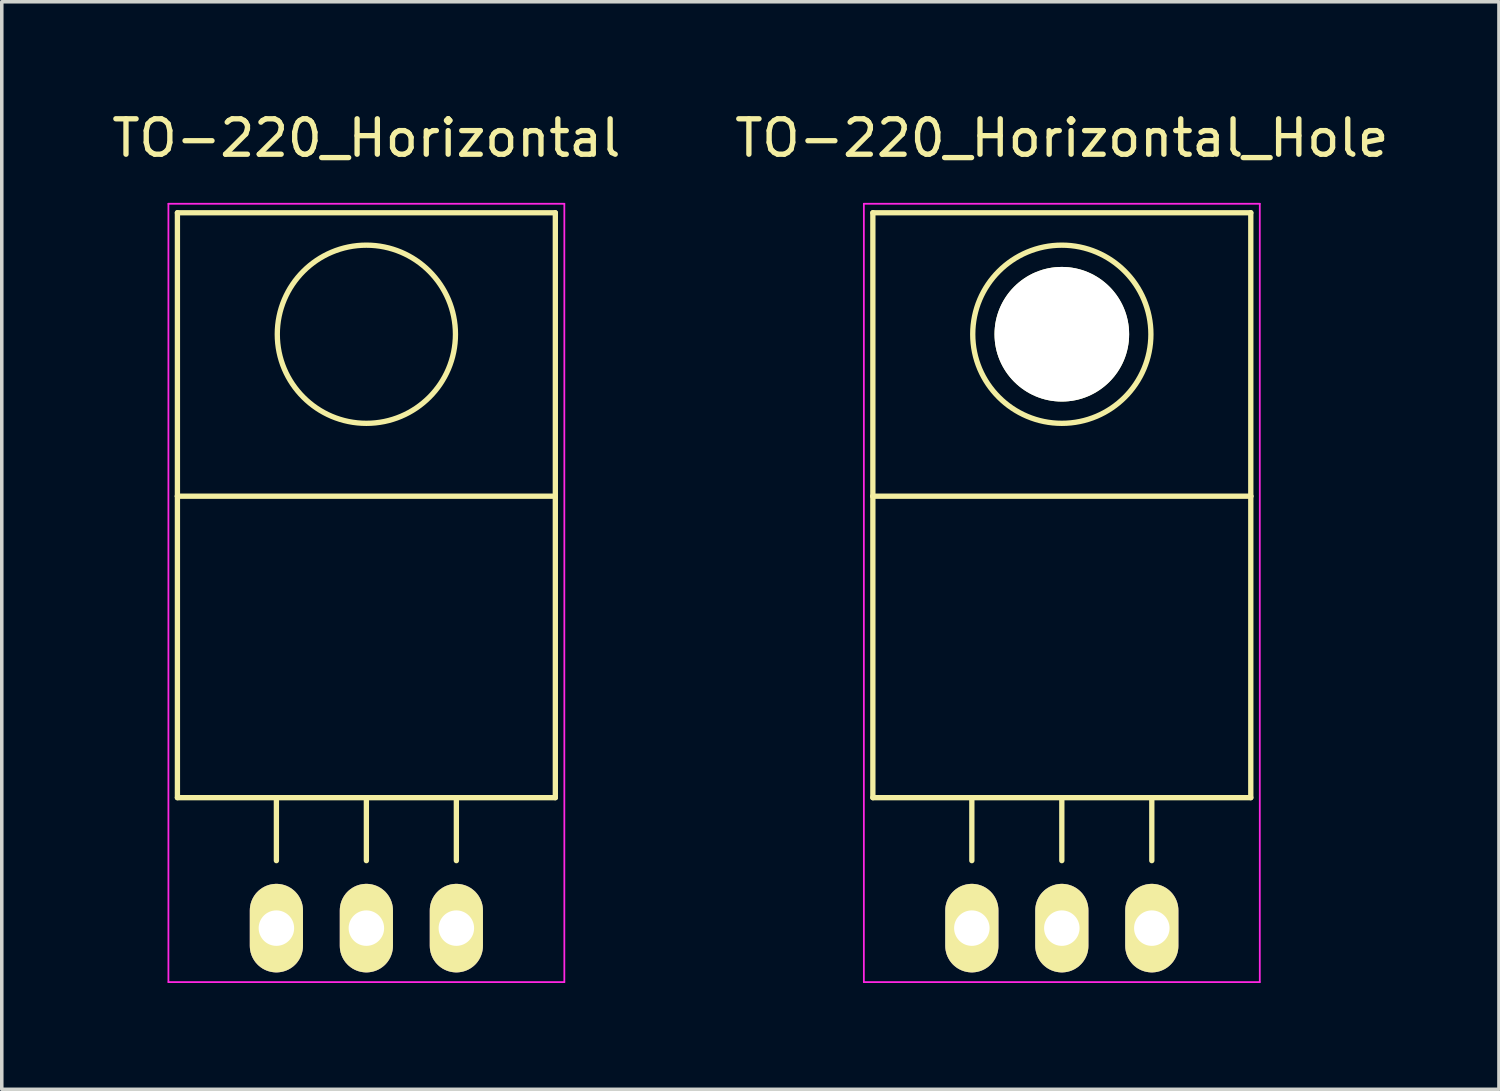
<source format=kicad_pcb>
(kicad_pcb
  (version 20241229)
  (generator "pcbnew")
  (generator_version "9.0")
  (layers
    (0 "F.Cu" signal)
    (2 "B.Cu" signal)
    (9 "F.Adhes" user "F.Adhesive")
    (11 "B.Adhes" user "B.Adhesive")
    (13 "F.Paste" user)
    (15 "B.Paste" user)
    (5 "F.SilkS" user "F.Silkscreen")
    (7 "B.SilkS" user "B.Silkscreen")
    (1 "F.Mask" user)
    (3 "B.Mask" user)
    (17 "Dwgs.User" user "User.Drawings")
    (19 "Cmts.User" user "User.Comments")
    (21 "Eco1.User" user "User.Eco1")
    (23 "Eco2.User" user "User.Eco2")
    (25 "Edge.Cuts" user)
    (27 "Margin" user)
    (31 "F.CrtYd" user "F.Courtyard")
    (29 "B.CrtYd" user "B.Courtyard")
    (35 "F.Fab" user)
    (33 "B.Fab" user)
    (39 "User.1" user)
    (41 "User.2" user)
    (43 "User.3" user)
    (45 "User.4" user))
  (footprint "TO-220_Horizontal"
    (layer "F.Cu")
    (at 7.292 23.149)
    (property "Reference" "TO-220_Horizontal" (at 0 -22.301 0) (layer "F.SilkS") (effects (font (size 1 1) (thickness 0.15))))
    (attr through_hole)
    (fp_line (start -5.334 -20.193) (end -5.334 -12.192) (stroke (width 0.15) (type solid)) (layer "F.SilkS"))
    (fp_line (start -5.334 -12.192) (end -5.334 -3.683) (stroke (width 0.15) (type solid)) (layer "F.SilkS"))
    (fp_line (start -2.54 -3.683) (end -2.54 -1.905) (stroke (width 0.15) (type solid)) (layer "F.SilkS"))
    (fp_line (start 0 -3.683) (end -5.334 -3.683) (stroke (width 0.15) (type solid)) (layer "F.SilkS"))
    (fp_line (start 0 -3.683) (end 0 -1.905) (stroke (width 0.15) (type solid)) (layer "F.SilkS"))
    (fp_line (start 0 -3.683) (end 5.334 -3.683) (stroke (width 0.15) (type solid)) (layer "F.SilkS"))
    (fp_line (start 2.54 -3.683) (end 2.54 -1.905) (stroke (width 0.15) (type solid)) (layer "F.SilkS"))
    (fp_line (start 5.334 -20.193) (end -5.334 -20.193) (stroke (width 0.15) (type solid)) (layer "F.SilkS"))
    (fp_line (start 5.334 -12.192) (end -5.334 -12.192) (stroke (width 0.15) (type solid)) (layer "F.SilkS"))
    (fp_line (start 5.334 -12.192) (end 5.334 -20.193) (stroke (width 0.15) (type solid)) (layer "F.SilkS"))
    (fp_line (start 5.334 -3.683) (end 5.334 -12.192) (stroke (width 0.15) (type solid)) (layer "F.SilkS"))
    (fp_circle (center 0 -16.764) (end 1.778 -14.986) (stroke (width 0.15) (type solid)) (fill no) (layer "F.SilkS"))
    (fp_line (start -5.588 -20.447) (end -5.588 1.524) (stroke (width 0.05) (type solid)) (layer "F.CrtYd"))
    (fp_line (start -5.588 1.524) (end 5.588 1.524) (stroke (width 0.05) (type solid)) (layer "F.CrtYd"))
    (fp_line (start 5.588 -20.447) (end -5.588 -20.447) (stroke (width 0.05) (type solid)) (layer "F.CrtYd"))
    (fp_line (start 5.588 1.524) (end 5.588 -20.447) (stroke (width 0.05) (type solid)) (layer "F.CrtYd"))
    (pad "1" thru_hole oval (at -2.54 0 90) (size 2.499 1.501) (drill 1.001) (layers "*.Cu" "*.Mask" "F.SilkS"))
    (pad "2" thru_hole oval (at 0 0 90) (size 2.499 1.501) (drill 1.001) (layers "*.Cu" "*.Mask" "F.SilkS"))
    (pad "3" thru_hole oval (at 2.54 0 90) (size 2.499 1.501) (drill 1.001) (layers "*.Cu" "*.Mask" "F.SilkS")))
  (footprint "TO-220_Horizontal_Hole"
    (layer "F.Cu")
    (at 26.923 23.149)
    (property "Reference" "TO-220_Horizontal_Hole" (at 0 -22.301 0) (layer "F.SilkS") (effects (font (size 1 1) (thickness 0.15))))
    (attr through_hole)
    (fp_line (start -5.334 -20.193) (end -5.334 -12.192) (stroke (width 0.15) (type solid)) (layer "F.SilkS"))
    (fp_line (start -5.334 -12.192) (end -5.334 -3.683) (stroke (width 0.15) (type solid)) (layer "F.SilkS"))
    (fp_line (start -2.54 -3.683) (end -2.54 -1.905) (stroke (width 0.15) (type solid)) (layer "F.SilkS"))
    (fp_line (start 0 -3.683) (end -5.334 -3.683) (stroke (width 0.15) (type solid)) (layer "F.SilkS"))
    (fp_line (start 0 -3.683) (end 0 -1.905) (stroke (width 0.15) (type solid)) (layer "F.SilkS"))
    (fp_line (start 0 -3.683) (end 5.334 -3.683) (stroke (width 0.15) (type solid)) (layer "F.SilkS"))
    (fp_line (start 2.54 -3.683) (end 2.54 -1.905) (stroke (width 0.15) (type solid)) (layer "F.SilkS"))
    (fp_line (start 5.334 -20.193) (end -5.334 -20.193) (stroke (width 0.15) (type solid)) (layer "F.SilkS"))
    (fp_line (start 5.334 -12.192) (end -5.334 -12.192) (stroke (width 0.15) (type solid)) (layer "F.SilkS"))
    (fp_line (start 5.334 -12.192) (end 5.334 -20.193) (stroke (width 0.15) (type solid)) (layer "F.SilkS"))
    (fp_line (start 5.334 -3.683) (end 5.334 -12.192) (stroke (width 0.15) (type solid)) (layer "F.SilkS"))
    (fp_circle (center 0 -16.764) (end 1.778 -14.986) (stroke (width 0.15) (type solid)) (fill no) (layer "F.SilkS"))
    (fp_line (start -5.588 -20.447) (end -5.588 1.524) (stroke (width 0.05) (type solid)) (layer "F.CrtYd"))
    (fp_line (start -5.588 1.524) (end 5.588 1.524) (stroke (width 0.05) (type solid)) (layer "F.CrtYd"))
    (fp_line (start 5.588 -20.447) (end -5.588 -20.447) (stroke (width 0.05) (type solid)) (layer "F.CrtYd"))
    (fp_line (start 5.588 1.524) (end 5.588 -20.447) (stroke (width 0.05) (type solid)) (layer "F.CrtYd"))
    (pad "" np_thru_hole circle (at 0 -16.764 90) (size 3.8 3.8) (drill 3.8) (layers "*.Cu" "*.Mask" "F.SilkS"))
    (pad "1" thru_hole oval (at -2.54 0 90) (size 2.499 1.501) (drill 1.001) (layers "*.Cu" "*.Mask" "F.SilkS"))
    (pad "2" thru_hole oval (at 0 0 90) (size 2.499 1.501) (drill 1.001) (layers "*.Cu" "*.Mask" "F.SilkS"))
    (pad "3" thru_hole oval (at 2.54 0 90) (size 2.499 1.501) (drill 1.001) (layers "*.Cu" "*.Mask" "F.SilkS")))
  (gr_rect
    (start -3 -3)
    (end 39.262 27.698)
    (stroke (width 0.1) (type default))
    (fill no)
    (layer "Edge.Cuts")))
</source>
